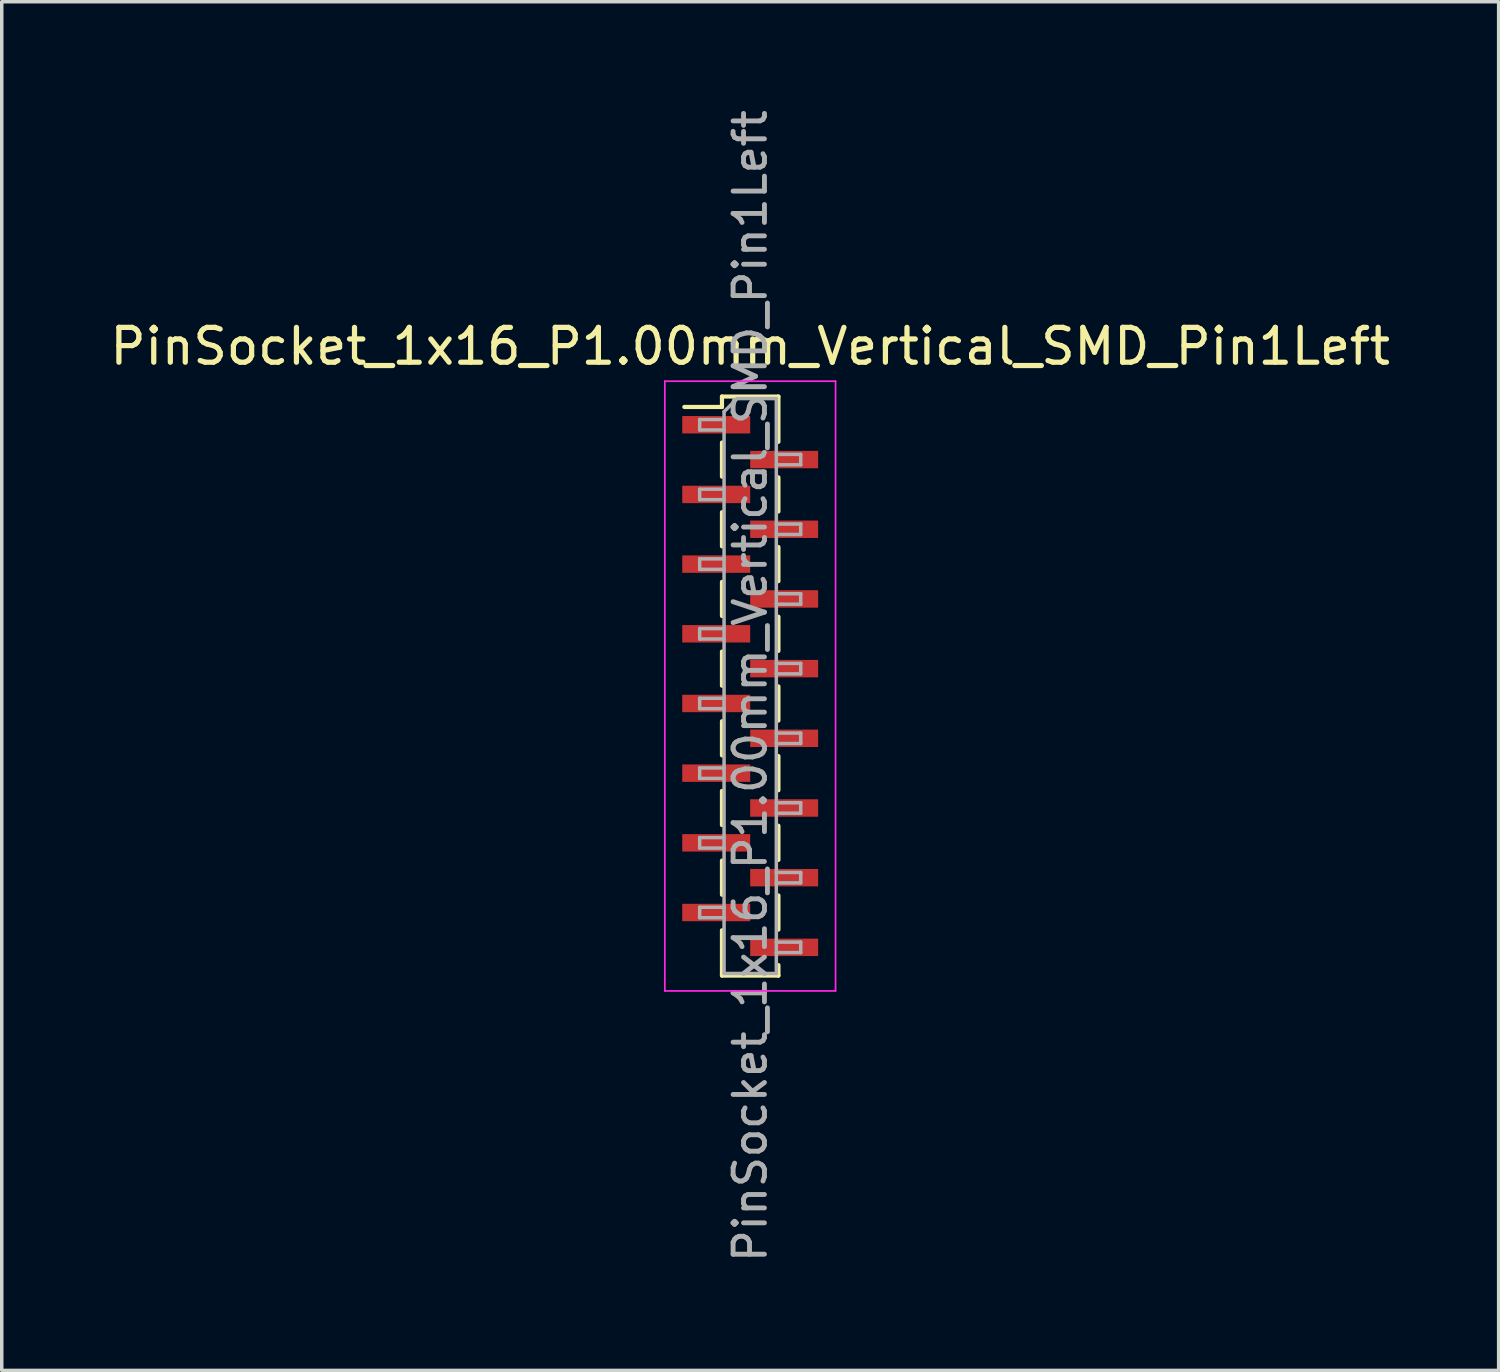
<source format=kicad_pcb>
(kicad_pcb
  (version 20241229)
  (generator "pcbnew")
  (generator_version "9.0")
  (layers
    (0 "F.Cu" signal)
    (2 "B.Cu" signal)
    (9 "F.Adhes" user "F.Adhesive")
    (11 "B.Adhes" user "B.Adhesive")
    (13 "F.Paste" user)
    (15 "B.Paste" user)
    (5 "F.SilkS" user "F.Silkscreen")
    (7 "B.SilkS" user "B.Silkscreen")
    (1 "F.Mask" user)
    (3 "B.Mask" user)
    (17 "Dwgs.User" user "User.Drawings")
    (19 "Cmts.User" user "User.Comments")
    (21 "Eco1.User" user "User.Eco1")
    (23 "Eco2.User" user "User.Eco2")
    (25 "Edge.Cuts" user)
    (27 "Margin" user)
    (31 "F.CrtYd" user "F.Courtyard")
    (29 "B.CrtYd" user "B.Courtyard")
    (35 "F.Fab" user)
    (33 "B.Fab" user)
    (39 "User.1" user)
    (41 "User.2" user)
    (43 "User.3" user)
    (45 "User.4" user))
  (footprint "PinSocket_1x16_P1.00mm_Vertical_SMD_Pin1Left"
    (layer "F.Cu")
    (at 18.482 16.641)
    (property "Reference" "PinSocket_1x16_P1.00mm_Vertical_SMD_Pin1Left" (at 0 -9.75 0) (layer "F.SilkS") (effects (font (size 1 1) (thickness 0.15))))
    (attr smd)
    (fp_line (start -1.89 -8.01) (end -0.81 -8.01) (stroke (width 0.12) (type solid)) (layer "F.SilkS"))
    (fp_line (start -0.81 -8.31) (end -0.81 -8.01) (stroke (width 0.12) (type solid)) (layer "F.SilkS"))
    (fp_line (start -0.81 -8.31) (end 0.81 -8.31) (stroke (width 0.12) (type solid)) (layer "F.SilkS"))
    (fp_line (start -0.81 -6.99) (end -0.81 -6.01) (stroke (width 0.12) (type solid)) (layer "F.SilkS"))
    (fp_line (start -0.81 -4.99) (end -0.81 -4.01) (stroke (width 0.12) (type solid)) (layer "F.SilkS"))
    (fp_line (start -0.81 -2.99) (end -0.81 -2.01) (stroke (width 0.12) (type solid)) (layer "F.SilkS"))
    (fp_line (start -0.81 -0.99) (end -0.81 -0.01) (stroke (width 0.12) (type solid)) (layer "F.SilkS"))
    (fp_line (start -0.81 1.01) (end -0.81 1.99) (stroke (width 0.12) (type solid)) (layer "F.SilkS"))
    (fp_line (start -0.81 3.01) (end -0.81 3.99) (stroke (width 0.12) (type solid)) (layer "F.SilkS"))
    (fp_line (start -0.81 5.01) (end -0.81 5.99) (stroke (width 0.12) (type solid)) (layer "F.SilkS"))
    (fp_line (start -0.81 7.01) (end -0.81 8.31) (stroke (width 0.12) (type solid)) (layer "F.SilkS"))
    (fp_line (start -0.81 8.31) (end 0.81 8.31) (stroke (width 0.12) (type solid)) (layer "F.SilkS"))
    (fp_line (start 0.81 -8.31) (end 0.81 -7.01) (stroke (width 0.12) (type solid)) (layer "F.SilkS"))
    (fp_line (start 0.81 -5.99) (end 0.81 -5.01) (stroke (width 0.12) (type solid)) (layer "F.SilkS"))
    (fp_line (start 0.81 -3.99) (end 0.81 -3.01) (stroke (width 0.12) (type solid)) (layer "F.SilkS"))
    (fp_line (start 0.81 -1.99) (end 0.81 -1.01) (stroke (width 0.12) (type solid)) (layer "F.SilkS"))
    (fp_line (start 0.81 0.01) (end 0.81 0.99) (stroke (width 0.12) (type solid)) (layer "F.SilkS"))
    (fp_line (start 0.81 2.01) (end 0.81 2.99) (stroke (width 0.12) (type solid)) (layer "F.SilkS"))
    (fp_line (start 0.81 4.01) (end 0.81 4.99) (stroke (width 0.12) (type solid)) (layer "F.SilkS"))
    (fp_line (start 0.81 6.01) (end 0.81 6.99) (stroke (width 0.12) (type solid)) (layer "F.SilkS"))
    (fp_line (start 0.81 8.01) (end 0.81 8.31) (stroke (width 0.12) (type solid)) (layer "F.SilkS"))
    (fp_line (start -2.45 -8.75) (end 2.45 -8.75) (stroke (width 0.05) (type solid)) (layer "F.CrtYd"))
    (fp_line (start -2.45 8.75) (end -2.45 -8.75) (stroke (width 0.05) (type solid)) (layer "F.CrtYd"))
    (fp_line (start 2.45 -8.75) (end 2.45 8.75) (stroke (width 0.05) (type solid)) (layer "F.CrtYd"))
    (fp_line (start 2.45 8.75) (end -2.45 8.75) (stroke (width 0.05) (type solid)) (layer "F.CrtYd"))
    (fp_line (start -1.45 -7.65) (end -0.75 -7.65) (stroke (width 0.1) (type solid)) (layer "F.Fab"))
    (fp_line (start -1.45 -7.35) (end -1.45 -7.65) (stroke (width 0.1) (type solid)) (layer "F.Fab"))
    (fp_line (start -1.45 -5.65) (end -0.75 -5.65) (stroke (width 0.1) (type solid)) (layer "F.Fab"))
    (fp_line (start -1.45 -5.35) (end -1.45 -5.65) (stroke (width 0.1) (type solid)) (layer "F.Fab"))
    (fp_line (start -1.45 -3.65) (end -0.75 -3.65) (stroke (width 0.1) (type solid)) (layer "F.Fab"))
    (fp_line (start -1.45 -3.35) (end -1.45 -3.65) (stroke (width 0.1) (type solid)) (layer "F.Fab"))
    (fp_line (start -1.45 -1.65) (end -0.75 -1.65) (stroke (width 0.1) (type solid)) (layer "F.Fab"))
    (fp_line (start -1.45 -1.35) (end -1.45 -1.65) (stroke (width 0.1) (type solid)) (layer "F.Fab"))
    (fp_line (start -1.45 0.35) (end -0.75 0.35) (stroke (width 0.1) (type solid)) (layer "F.Fab"))
    (fp_line (start -1.45 0.65) (end -1.45 0.35) (stroke (width 0.1) (type solid)) (layer "F.Fab"))
    (fp_line (start -1.45 2.35) (end -0.75 2.35) (stroke (width 0.1) (type solid)) (layer "F.Fab"))
    (fp_line (start -1.45 2.65) (end -1.45 2.35) (stroke (width 0.1) (type solid)) (layer "F.Fab"))
    (fp_line (start -1.45 4.35) (end -0.75 4.35) (stroke (width 0.1) (type solid)) (layer "F.Fab"))
    (fp_line (start -1.45 4.65) (end -1.45 4.35) (stroke (width 0.1) (type solid)) (layer "F.Fab"))
    (fp_line (start -1.45 6.35) (end -0.75 6.35) (stroke (width 0.1) (type solid)) (layer "F.Fab"))
    (fp_line (start -1.45 6.65) (end -1.45 6.35) (stroke (width 0.1) (type solid)) (layer "F.Fab"))
    (fp_line (start -0.75 -7.875) (end -0.375 -8.25) (stroke (width 0.1) (type solid)) (layer "F.Fab"))
    (fp_line (start -0.75 -7.35) (end -1.45 -7.35) (stroke (width 0.1) (type solid)) (layer "F.Fab"))
    (fp_line (start -0.75 -5.35) (end -1.45 -5.35) (stroke (width 0.1) (type solid)) (layer "F.Fab"))
    (fp_line (start -0.75 -3.35) (end -1.45 -3.35) (stroke (width 0.1) (type solid)) (layer "F.Fab"))
    (fp_line (start -0.75 -1.35) (end -1.45 -1.35) (stroke (width 0.1) (type solid)) (layer "F.Fab"))
    (fp_line (start -0.75 0.65) (end -1.45 0.65) (stroke (width 0.1) (type solid)) (layer "F.Fab"))
    (fp_line (start -0.75 2.65) (end -1.45 2.65) (stroke (width 0.1) (type solid)) (layer "F.Fab"))
    (fp_line (start -0.75 4.65) (end -1.45 4.65) (stroke (width 0.1) (type solid)) (layer "F.Fab"))
    (fp_line (start -0.75 6.65) (end -1.45 6.65) (stroke (width 0.1) (type solid)) (layer "F.Fab"))
    (fp_line (start -0.75 8.25) (end -0.75 -7.875) (stroke (width 0.1) (type solid)) (layer "F.Fab"))
    (fp_line (start -0.375 -8.25) (end 0.75 -8.25) (stroke (width 0.1) (type solid)) (layer "F.Fab"))
    (fp_line (start 0.75 -8.25) (end 0.75 8.25) (stroke (width 0.1) (type solid)) (layer "F.Fab"))
    (fp_line (start 0.75 -6.65) (end 1.45 -6.65) (stroke (width 0.1) (type solid)) (layer "F.Fab"))
    (fp_line (start 0.75 -4.65) (end 1.45 -4.65) (stroke (width 0.1) (type solid)) (layer "F.Fab"))
    (fp_line (start 0.75 -2.65) (end 1.45 -2.65) (stroke (width 0.1) (type solid)) (layer "F.Fab"))
    (fp_line (start 0.75 -0.65) (end 1.45 -0.65) (stroke (width 0.1) (type solid)) (layer "F.Fab"))
    (fp_line (start 0.75 1.35) (end 1.45 1.35) (stroke (width 0.1) (type solid)) (layer "F.Fab"))
    (fp_line (start 0.75 3.35) (end 1.45 3.35) (stroke (width 0.1) (type solid)) (layer "F.Fab"))
    (fp_line (start 0.75 5.35) (end 1.45 5.35) (stroke (width 0.1) (type solid)) (layer "F.Fab"))
    (fp_line (start 0.75 7.35) (end 1.45 7.35) (stroke (width 0.1) (type solid)) (layer "F.Fab"))
    (fp_line (start 0.75 8.25) (end -0.75 8.25) (stroke (width 0.1) (type solid)) (layer "F.Fab"))
    (fp_line (start 1.45 -6.65) (end 1.45 -6.35) (stroke (width 0.1) (type solid)) (layer "F.Fab"))
    (fp_line (start 1.45 -6.35) (end 0.75 -6.35) (stroke (width 0.1) (type solid)) (layer "F.Fab"))
    (fp_line (start 1.45 -4.65) (end 1.45 -4.35) (stroke (width 0.1) (type solid)) (layer "F.Fab"))
    (fp_line (start 1.45 -4.35) (end 0.75 -4.35) (stroke (width 0.1) (type solid)) (layer "F.Fab"))
    (fp_line (start 1.45 -2.65) (end 1.45 -2.35) (stroke (width 0.1) (type solid)) (layer "F.Fab"))
    (fp_line (start 1.45 -2.35) (end 0.75 -2.35) (stroke (width 0.1) (type solid)) (layer "F.Fab"))
    (fp_line (start 1.45 -0.65) (end 1.45 -0.35) (stroke (width 0.1) (type solid)) (layer "F.Fab"))
    (fp_line (start 1.45 -0.35) (end 0.75 -0.35) (stroke (width 0.1) (type solid)) (layer "F.Fab"))
    (fp_line (start 1.45 1.35) (end 1.45 1.65) (stroke (width 0.1) (type solid)) (layer "F.Fab"))
    (fp_line (start 1.45 1.65) (end 0.75 1.65) (stroke (width 0.1) (type solid)) (layer "F.Fab"))
    (fp_line (start 1.45 3.35) (end 1.45 3.65) (stroke (width 0.1) (type solid)) (layer "F.Fab"))
    (fp_line (start 1.45 3.65) (end 0.75 3.65) (stroke (width 0.1) (type solid)) (layer "F.Fab"))
    (fp_line (start 1.45 5.35) (end 1.45 5.65) (stroke (width 0.1) (type solid)) (layer "F.Fab"))
    (fp_line (start 1.45 5.65) (end 0.75 5.65) (stroke (width 0.1) (type solid)) (layer "F.Fab"))
    (fp_line (start 1.45 7.35) (end 1.45 7.65) (stroke (width 0.1) (type solid)) (layer "F.Fab"))
    (fp_line (start 1.45 7.65) (end 0.75 7.65) (stroke (width 0.1) (type solid)) (layer "F.Fab"))
    (fp_text user "${REFERENCE}" (at 0 0 90) (layer "F.Fab") (effects (font (size 0.9 0.9) (thickness 0.14))))
    (pad "1" smd rect (at -0.975 -7.5) (size 1.95 0.5) (layers "F.Cu" "F.Mask" "F.Paste"))
    (pad "2" smd rect (at 0.975 -6.5) (size 1.95 0.5) (layers "F.Cu" "F.Mask" "F.Paste"))
    (pad "3" smd rect (at -0.975 -5.5) (size 1.95 0.5) (layers "F.Cu" "F.Mask" "F.Paste"))
    (pad "4" smd rect (at 0.975 -4.5) (size 1.95 0.5) (layers "F.Cu" "F.Mask" "F.Paste"))
    (pad "5" smd rect (at -0.975 -3.5) (size 1.95 0.5) (layers "F.Cu" "F.Mask" "F.Paste"))
    (pad "6" smd rect (at 0.975 -2.5) (size 1.95 0.5) (layers "F.Cu" "F.Mask" "F.Paste"))
    (pad "7" smd rect (at -0.975 -1.5) (size 1.95 0.5) (layers "F.Cu" "F.Mask" "F.Paste"))
    (pad "8" smd rect (at 0.975 -0.5) (size 1.95 0.5) (layers "F.Cu" "F.Mask" "F.Paste"))
    (pad "9" smd rect (at -0.975 0.5) (size 1.95 0.5) (layers "F.Cu" "F.Mask" "F.Paste"))
    (pad "10" smd rect (at 0.975 1.5) (size 1.95 0.5) (layers "F.Cu" "F.Mask" "F.Paste"))
    (pad "11" smd rect (at -0.975 2.5) (size 1.95 0.5) (layers "F.Cu" "F.Mask" "F.Paste"))
    (pad "12" smd rect (at 0.975 3.5) (size 1.95 0.5) (layers "F.Cu" "F.Mask" "F.Paste"))
    (pad "13" smd rect (at -0.975 4.5) (size 1.95 0.5) (layers "F.Cu" "F.Mask" "F.Paste"))
    (pad "14" smd rect (at 0.975 5.5) (size 1.95 0.5) (layers "F.Cu" "F.Mask" "F.Paste"))
    (pad "15" smd rect (at -0.975 6.5) (size 1.95 0.5) (layers "F.Cu" "F.Mask" "F.Paste"))
    (pad "16" smd rect (at 0.975 7.5) (size 1.95 0.5) (layers "F.Cu" "F.Mask" "F.Paste")))
  (gr_rect
    (start -3 -3)
    (end 39.964 36.283)
    (stroke (width 0.1) (type default))
    (fill no)
    (layer "Edge.Cuts")))
</source>
